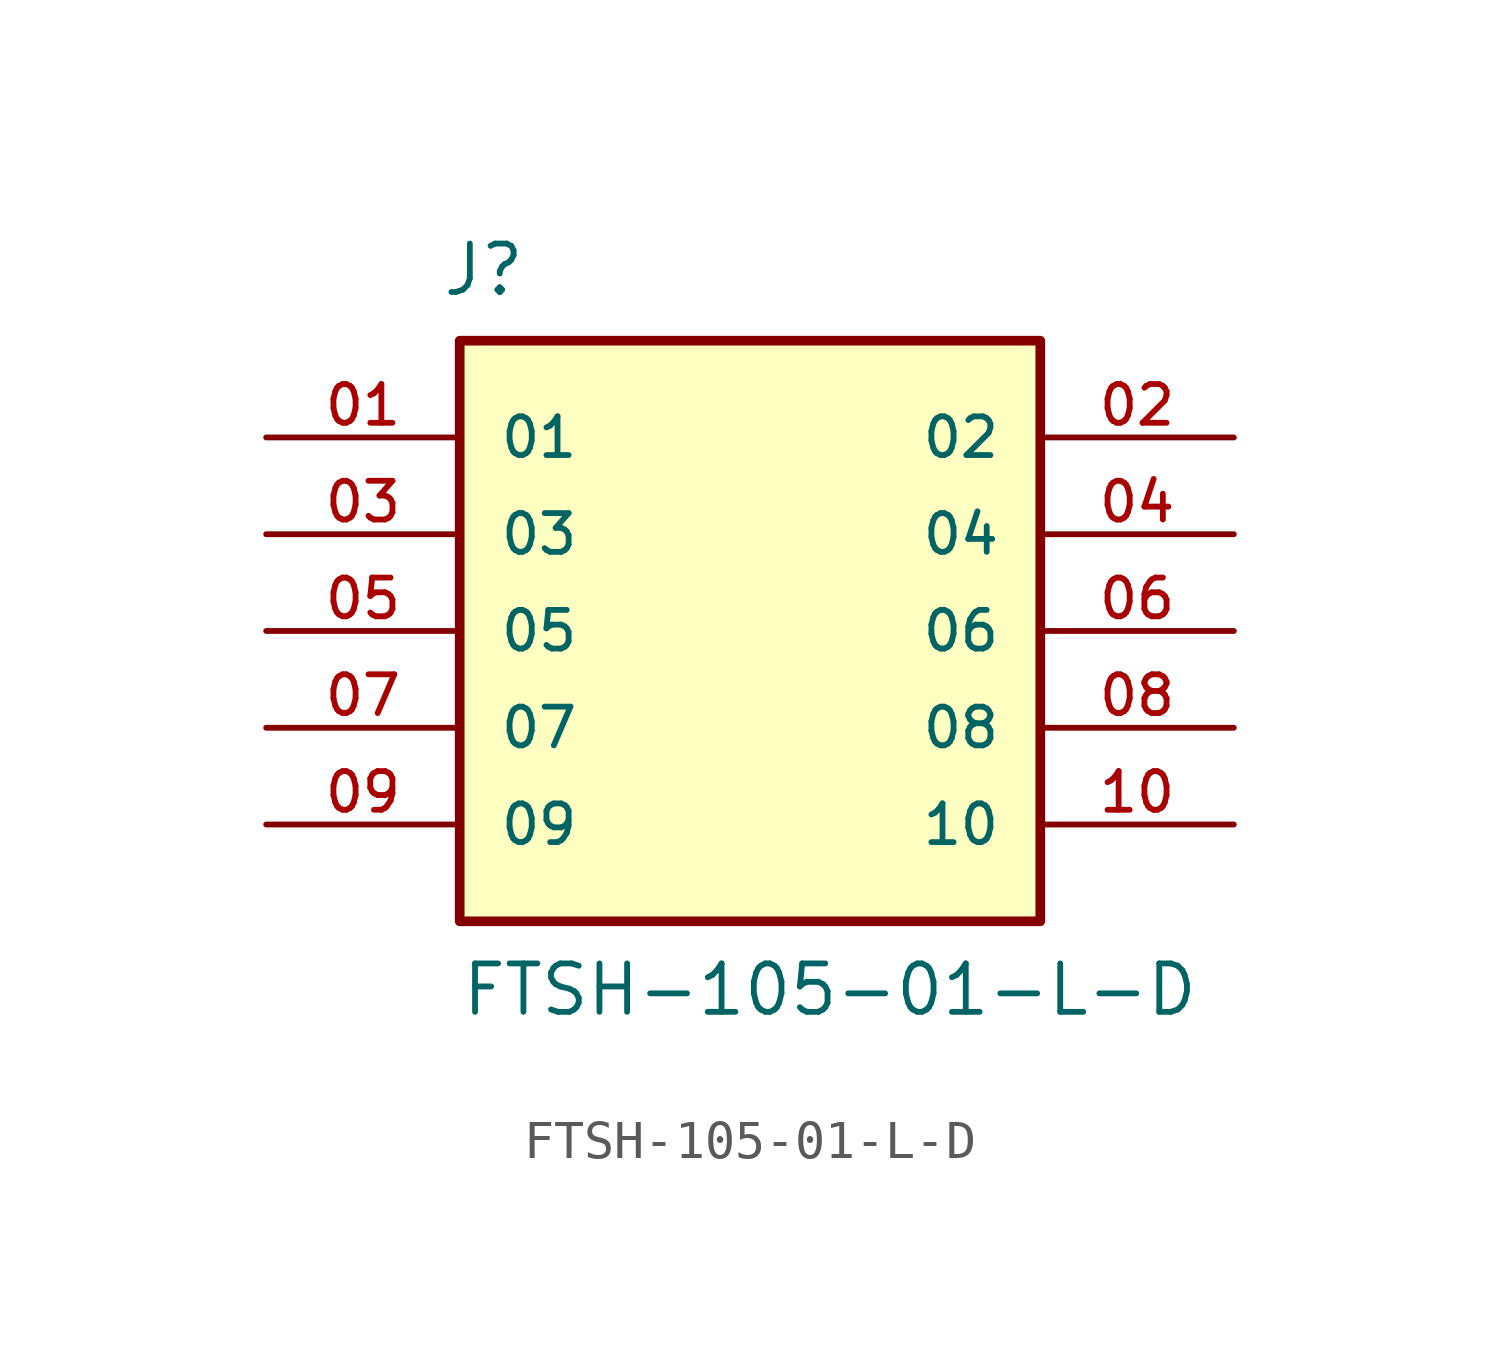
<source format=kicad_sym>
(kicad_symbol_lib
  (version 20211014)
  (generator kicad_symbol_editor)
  (symbol "FTSH-105-01-L-D"
    (pin_names
      (offset 1.016))
    (property "Reference" "J"
      (at -8.12 8.736 0)
      (effects (font (size 1.27 1.27)) (justify bottom left)))
    (property "Value" "FTSH-105-01-L-D"
      (at -7.62 -10.16 0)
      (effects (font (size 1.27 1.27)) (justify bottom left)))
    (symbol "FTSH-105-01-L-D_0_0"
      (rectangle (start -7.62 -7.62) (end 7.62 7.62) (stroke (width 0.254)) (fill (type background)))
      (pin passive line (at -12.7 5.08 0) (length 5.08) (name "01" (effects (font (size 1.016 1.016)))) (number "01" (effects (font (size 1.016 1.016)))))
      (pin passive line (at 12.7 5.08 180.0) (length 5.08) (name "02" (effects (font (size 1.016 1.016)))) (number "02" (effects (font (size 1.016 1.016)))))
      (pin passive line (at -12.7 2.54 0) (length 5.08) (name "03" (effects (font (size 1.016 1.016)))) (number "03" (effects (font (size 1.016 1.016)))))
      (pin passive line (at 12.7 2.54 180.0) (length 5.08) (name "04" (effects (font (size 1.016 1.016)))) (number "04" (effects (font (size 1.016 1.016)))))
      (pin passive line (at -12.7 0.0 0) (length 5.08) (name "05" (effects (font (size 1.016 1.016)))) (number "05" (effects (font (size 1.016 1.016)))))
      (pin passive line (at 12.7 0.0 180.0) (length 5.08) (name "06" (effects (font (size 1.016 1.016)))) (number "06" (effects (font (size 1.016 1.016)))))
      (pin passive line (at -12.7 -2.54 0) (length 5.08) (name "07" (effects (font (size 1.016 1.016)))) (number "07" (effects (font (size 1.016 1.016)))))
      (pin passive line (at 12.7 -2.54 180.0) (length 5.08) (name "08" (effects (font (size 1.016 1.016)))) (number "08" (effects (font (size 1.016 1.016)))))
      (pin passive line (at -12.7 -5.08 0) (length 5.08) (name "09" (effects (font (size 1.016 1.016)))) (number "09" (effects (font (size 1.016 1.016)))))
      (pin passive line (at 12.7 -5.08 180.0) (length 5.08) (name "10" (effects (font (size 1.016 1.016)))) (number "10" (effects (font (size 1.016 1.016))))))))
</source>
